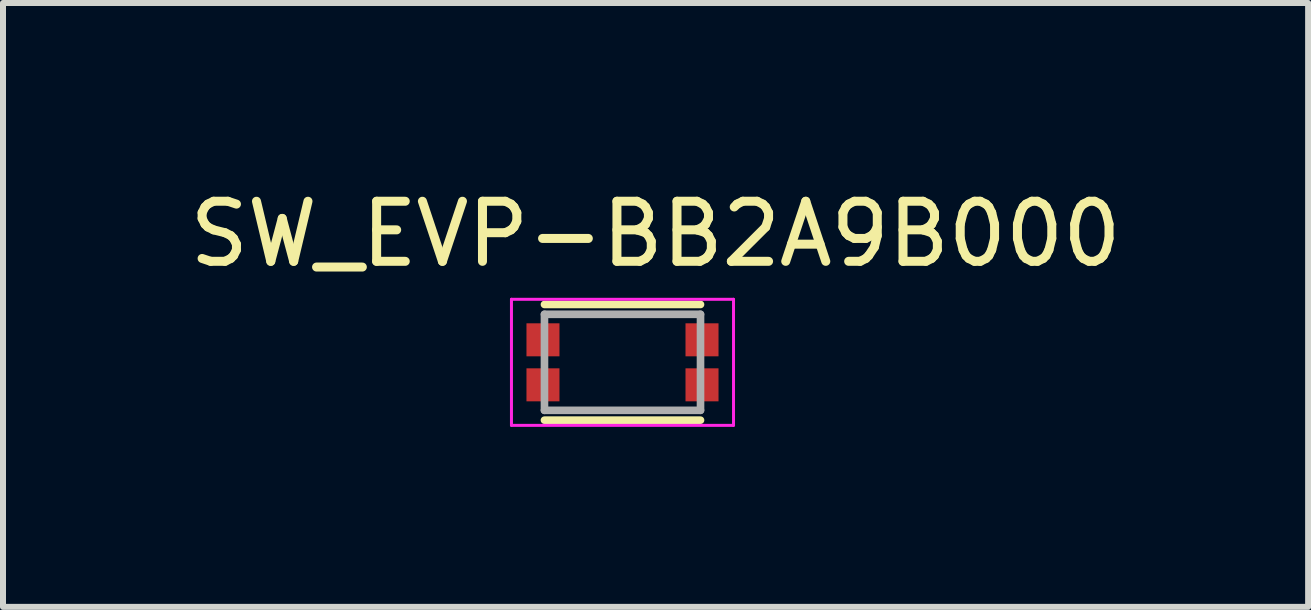
<source format=kicad_pcb>
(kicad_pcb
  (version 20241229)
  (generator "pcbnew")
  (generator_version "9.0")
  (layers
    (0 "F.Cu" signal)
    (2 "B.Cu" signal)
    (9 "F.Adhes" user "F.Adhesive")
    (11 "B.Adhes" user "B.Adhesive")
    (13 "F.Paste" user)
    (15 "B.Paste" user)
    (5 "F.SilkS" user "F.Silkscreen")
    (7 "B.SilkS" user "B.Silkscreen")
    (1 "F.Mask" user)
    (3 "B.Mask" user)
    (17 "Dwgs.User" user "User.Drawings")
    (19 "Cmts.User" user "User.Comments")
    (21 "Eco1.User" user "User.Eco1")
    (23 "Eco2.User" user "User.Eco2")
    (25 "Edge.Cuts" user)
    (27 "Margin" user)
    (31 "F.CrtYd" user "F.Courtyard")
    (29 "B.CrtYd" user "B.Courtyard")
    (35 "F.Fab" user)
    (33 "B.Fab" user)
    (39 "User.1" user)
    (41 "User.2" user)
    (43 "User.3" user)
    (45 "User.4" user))
  (footprint "SW_EVP-BB2A9B000"
    (layer "F.Cu")
    (at 7.322 2.987)
    (property "Reference" "SW_EVP-BB2A9B000" (at 0.551 -2.138 0) (layer "F.SilkS") (effects (font (size 1.001 1.001) (thickness 0.15))))
    (attr smd)
    (fp_line (start -1.3 -0.964) (end 1.3 -0.964) (stroke (width 0.127) (type solid)) (layer "F.SilkS"))
    (fp_line (start -1.3 0.964) (end 1.3 0.964) (stroke (width 0.127) (type solid)) (layer "F.SilkS"))
    (fp_poly (pts (xy -1.55 -0.6) (xy -1.1 -0.6) (xy -1.1 -0.15) (xy -1.55 -0.15)) (stroke (width 0.01) (type solid)) (fill yes) (layer "F.Paste"))
    (fp_poly (pts (xy -1.55 0.15) (xy -1.1 0.15) (xy -1.1 0.6) (xy -1.55 0.6)) (stroke (width 0.01) (type solid)) (fill yes) (layer "F.Paste"))
    (fp_poly (pts (xy 1.1 -0.6) (xy 1.55 -0.6) (xy 1.55 -0.15) (xy 1.1 -0.15)) (stroke (width 0.01) (type solid)) (fill yes) (layer "F.Paste"))
    (fp_poly (pts (xy 1.1 0.15) (xy 1.55 0.15) (xy 1.55 0.6) (xy 1.1 0.6)) (stroke (width 0.01) (type solid)) (fill yes) (layer "F.Paste"))
    (fp_line (start -1.85 -1.05) (end 1.85 -1.05) (stroke (width 0.05) (type solid)) (layer "F.CrtYd"))
    (fp_line (start -1.85 1.05) (end -1.85 -1.05) (stroke (width 0.05) (type solid)) (layer "F.CrtYd"))
    (fp_line (start 1.85 -1.05) (end 1.85 1.05) (stroke (width 0.05) (type solid)) (layer "F.CrtYd"))
    (fp_line (start 1.85 1.05) (end -1.85 1.05) (stroke (width 0.05) (type solid)) (layer "F.CrtYd"))
    (fp_line (start -1.3 -0.8) (end 1.3 -0.8) (stroke (width 0.127) (type solid)) (layer "F.Fab"))
    (fp_line (start -1.3 0.8) (end -1.3 -0.8) (stroke (width 0.127) (type solid)) (layer "F.Fab"))
    (fp_line (start 1.3 -0.8) (end 1.3 0.8) (stroke (width 0.127) (type solid)) (layer "F.Fab"))
    (fp_line (start 1.3 0.8) (end -1.3 0.8) (stroke (width 0.127) (type solid)) (layer "F.Fab"))
    (pad "A1" smd rect (at -1.325 -0.375) (size 0.55 0.55) (layers "F.Cu" "F.Mask"))
    (pad "A2" smd rect (at -1.325 0.375) (size 0.55 0.55) (layers "F.Cu" "F.Mask"))
    (pad "B1" smd rect (at 1.325 -0.375) (size 0.55 0.55) (layers "F.Cu" "F.Mask"))
    (pad "B2" smd rect (at 1.325 0.375) (size 0.55 0.55) (layers "F.Cu" "F.Mask"))
    (zone (net_name "") (layer "F.Cu") (hatch full 0.508) (connect_pads) (min_thickness 0.01) (filled_areas_thickness no) (keepout (tracks not_allowed) (vias not_allowed) (pads not_allowed) (copperpour not_allowed) (footprints allowed)) (placement (enabled no)) (fill) (polygon (pts (xy 6.32 2.187) (xy 8.322 2.187) (xy 8.322 3.789) (xy 6.32 3.789)))))
  (gr_rect
    (start -3 -3)
    (end 18.746 7.062)
    (stroke (width 0.1) (type default))
    (fill no)
    (layer "Edge.Cuts")))
</source>
